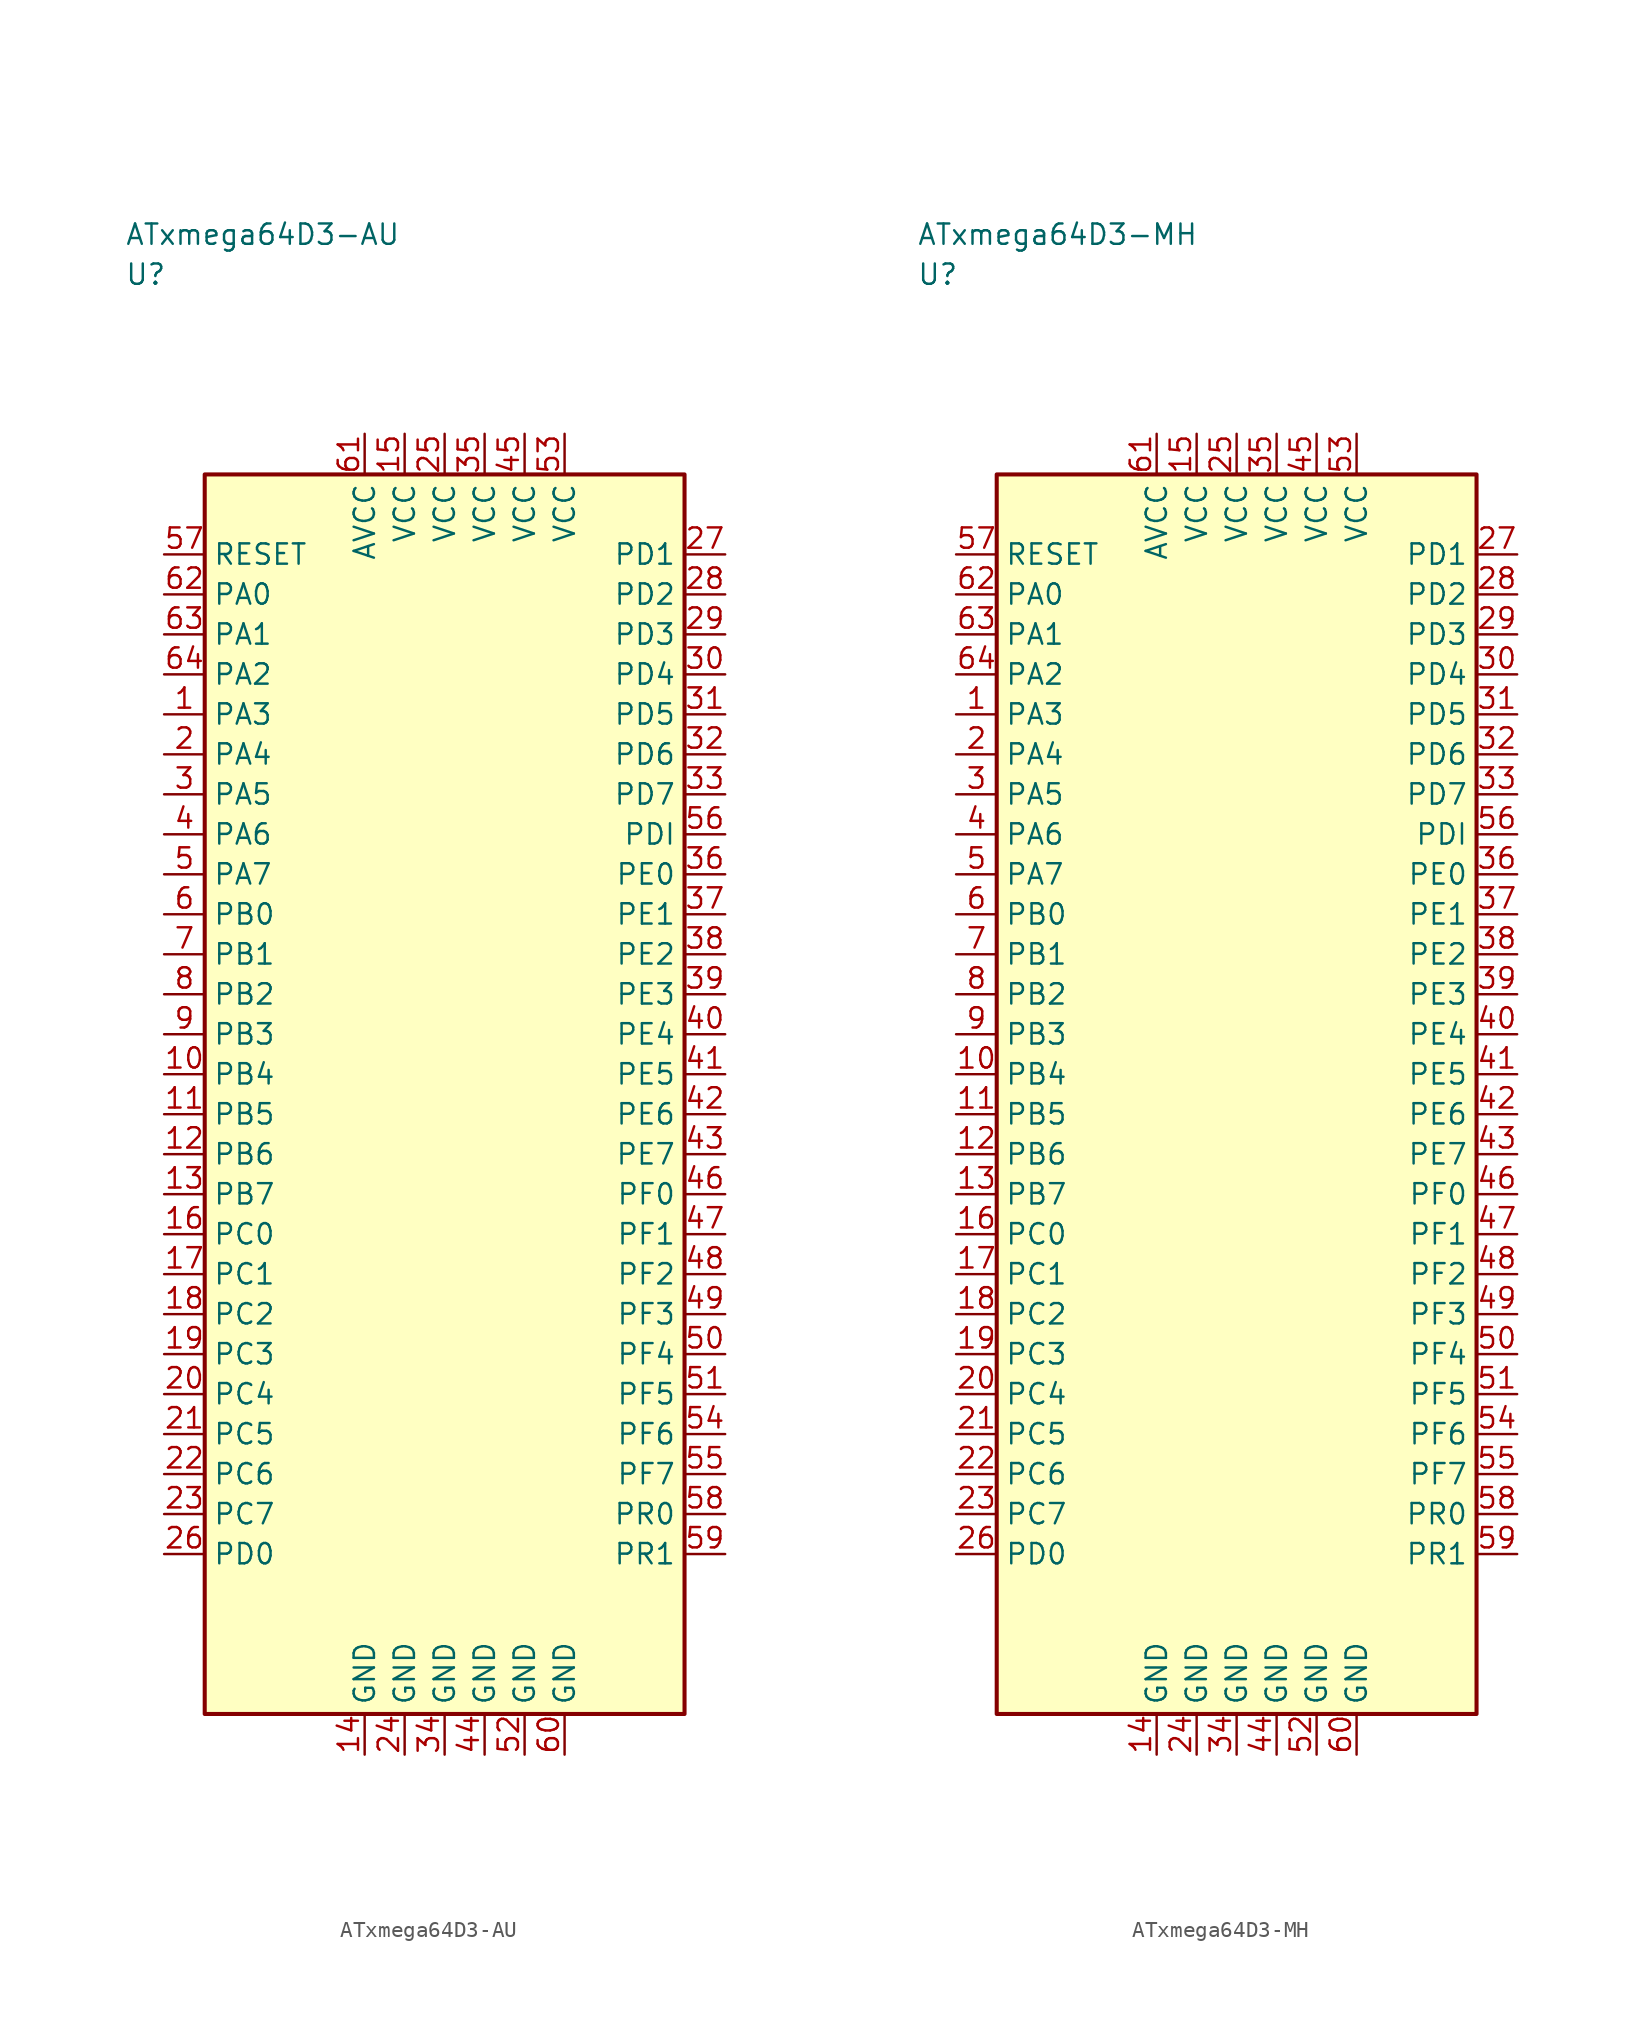
<source format=kicad_sym>
(kicad_symbol_lib
  (version 20241025)
  (generator "kicad_symbol_editor")
  (generator_version "8.0")
  (symbol "ATxmega64D3-AU"
    (property "Reference" "U"
      (at -20.0 51.25 0)
      (effects (font (size 1.27 1.27)) (justify left)))
    (property "Value" "ATxmega64D3-AU"
      (at -20.0 53.75 0)
      (effects (font (size 1.27 1.27)) (justify left)))
    (symbol "ATxmega64D3-AU_0_1"
      (rectangle (start -15.0 38.75) (end 15.0 -38.75) (stroke (width 0.254) (type default)) (fill (type background))))
    (symbol "ATxmega64D3-AU_1_1"
      (pin bidirectional line (at -17.54 23.75 0.0) (length 2.54) (name "PA3" (effects (font (size 1.27 1.27)))) (number "1" (effects (font (size 1.27 1.27)))))
      (pin bidirectional line (at -17.54 21.25 0.0) (length 2.54) (name "PA4" (effects (font (size 1.27 1.27)))) (number "2" (effects (font (size 1.27 1.27)))))
      (pin bidirectional line (at -17.54 18.75 0.0) (length 2.54) (name "PA5" (effects (font (size 1.27 1.27)))) (number "3" (effects (font (size 1.27 1.27)))))
      (pin bidirectional line (at -17.54 16.25 0.0) (length 2.54) (name "PA6" (effects (font (size 1.27 1.27)))) (number "4" (effects (font (size 1.27 1.27)))))
      (pin bidirectional line (at -17.54 13.75 0.0) (length 2.54) (name "PA7" (effects (font (size 1.27 1.27)))) (number "5" (effects (font (size 1.27 1.27)))))
      (pin bidirectional line (at -17.54 11.25 0.0) (length 2.54) (name "PB0" (effects (font (size 1.27 1.27)))) (number "6" (effects (font (size 1.27 1.27)))))
      (pin bidirectional line (at -17.54 8.75 0.0) (length 2.54) (name "PB1" (effects (font (size 1.27 1.27)))) (number "7" (effects (font (size 1.27 1.27)))))
      (pin bidirectional line (at -17.54 6.25 0.0) (length 2.54) (name "PB2" (effects (font (size 1.27 1.27)))) (number "8" (effects (font (size 1.27 1.27)))))
      (pin bidirectional line (at -17.54 3.75 0.0) (length 2.54) (name "PB3" (effects (font (size 1.27 1.27)))) (number "9" (effects (font (size 1.27 1.27)))))
      (pin bidirectional line (at -17.54 1.25 0.0) (length 2.54) (name "PB4" (effects (font (size 1.27 1.27)))) (number "10" (effects (font (size 1.27 1.27)))))
      (pin bidirectional line (at -17.54 -1.25 0.0) (length 2.54) (name "PB5" (effects (font (size 1.27 1.27)))) (number "11" (effects (font (size 1.27 1.27)))))
      (pin bidirectional line (at -17.54 -3.75 0.0) (length 2.54) (name "PB6" (effects (font (size 1.27 1.27)))) (number "12" (effects (font (size 1.27 1.27)))))
      (pin bidirectional line (at -17.54 -6.25 0.0) (length 2.54) (name "PB7" (effects (font (size 1.27 1.27)))) (number "13" (effects (font (size 1.27 1.27)))))
      (pin passive line (at -5.0 -41.29 90.0) (length 2.54) (name "GND" (effects (font (size 1.27 1.27)))) (number "14" (effects (font (size 1.27 1.27)))))
      (pin power_in line (at -2.5 41.29 270.0) (length 2.54) (name "VCC" (effects (font (size 1.27 1.27)))) (number "15" (effects (font (size 1.27 1.27)))))
      (pin bidirectional line (at -17.54 -8.75 0.0) (length 2.54) (name "PC0" (effects (font (size 1.27 1.27)))) (number "16" (effects (font (size 1.27 1.27)))))
      (pin bidirectional line (at -17.54 -11.25 0.0) (length 2.54) (name "PC1" (effects (font (size 1.27 1.27)))) (number "17" (effects (font (size 1.27 1.27)))))
      (pin bidirectional line (at -17.54 -13.75 0.0) (length 2.54) (name "PC2" (effects (font (size 1.27 1.27)))) (number "18" (effects (font (size 1.27 1.27)))))
      (pin bidirectional line (at -17.54 -16.25 0.0) (length 2.54) (name "PC3" (effects (font (size 1.27 1.27)))) (number "19" (effects (font (size 1.27 1.27)))))
      (pin bidirectional line (at -17.54 -18.75 0.0) (length 2.54) (name "PC4" (effects (font (size 1.27 1.27)))) (number "20" (effects (font (size 1.27 1.27)))))
      (pin bidirectional line (at -17.54 -21.25 0.0) (length 2.54) (name "PC5" (effects (font (size 1.27 1.27)))) (number "21" (effects (font (size 1.27 1.27)))))
      (pin bidirectional line (at -17.54 -23.75 0.0) (length 2.54) (name "PC6" (effects (font (size 1.27 1.27)))) (number "22" (effects (font (size 1.27 1.27)))))
      (pin bidirectional line (at -17.54 -26.25 0.0) (length 2.54) (name "PC7" (effects (font (size 1.27 1.27)))) (number "23" (effects (font (size 1.27 1.27)))))
      (pin passive line (at -2.5 -41.29 90.0) (length 2.54) (name "GND" (effects (font (size 1.27 1.27)))) (number "24" (effects (font (size 1.27 1.27)))))
      (pin power_in line (at 0.0 41.29 270.0) (length 2.54) (name "VCC" (effects (font (size 1.27 1.27)))) (number "25" (effects (font (size 1.27 1.27)))))
      (pin bidirectional line (at -17.54 -28.75 0.0) (length 2.54) (name "PD0" (effects (font (size 1.27 1.27)))) (number "26" (effects (font (size 1.27 1.27)))))
      (pin bidirectional line (at 17.54 33.75 180.0) (length 2.54) (name "PD1" (effects (font (size 1.27 1.27)))) (number "27" (effects (font (size 1.27 1.27)))))
      (pin bidirectional line (at 17.54 31.25 180.0) (length 2.54) (name "PD2" (effects (font (size 1.27 1.27)))) (number "28" (effects (font (size 1.27 1.27)))))
      (pin bidirectional line (at 17.54 28.75 180.0) (length 2.54) (name "PD3" (effects (font (size 1.27 1.27)))) (number "29" (effects (font (size 1.27 1.27)))))
      (pin bidirectional line (at 17.54 26.25 180.0) (length 2.54) (name "PD4" (effects (font (size 1.27 1.27)))) (number "30" (effects (font (size 1.27 1.27)))))
      (pin bidirectional line (at 17.54 23.75 180.0) (length 2.54) (name "PD5" (effects (font (size 1.27 1.27)))) (number "31" (effects (font (size 1.27 1.27)))))
      (pin bidirectional line (at 17.54 21.25 180.0) (length 2.54) (name "PD6" (effects (font (size 1.27 1.27)))) (number "32" (effects (font (size 1.27 1.27)))))
      (pin bidirectional line (at 17.54 18.75 180.0) (length 2.54) (name "PD7" (effects (font (size 1.27 1.27)))) (number "33" (effects (font (size 1.27 1.27)))))
      (pin passive line (at 0.0 -41.29 90.0) (length 2.54) (name "GND" (effects (font (size 1.27 1.27)))) (number "34" (effects (font (size 1.27 1.27)))))
      (pin power_in line (at 2.5 41.29 270.0) (length 2.54) (name "VCC" (effects (font (size 1.27 1.27)))) (number "35" (effects (font (size 1.27 1.27)))))
      (pin bidirectional line (at 17.54 13.75 180.0) (length 2.54) (name "PE0" (effects (font (size 1.27 1.27)))) (number "36" (effects (font (size 1.27 1.27)))))
      (pin bidirectional line (at 17.54 11.25 180.0) (length 2.54) (name "PE1" (effects (font (size 1.27 1.27)))) (number "37" (effects (font (size 1.27 1.27)))))
      (pin bidirectional line (at 17.54 8.75 180.0) (length 2.54) (name "PE2" (effects (font (size 1.27 1.27)))) (number "38" (effects (font (size 1.27 1.27)))))
      (pin bidirectional line (at 17.54 6.25 180.0) (length 2.54) (name "PE3" (effects (font (size 1.27 1.27)))) (number "39" (effects (font (size 1.27 1.27)))))
      (pin bidirectional line (at 17.54 3.75 180.0) (length 2.54) (name "PE4" (effects (font (size 1.27 1.27)))) (number "40" (effects (font (size 1.27 1.27)))))
      (pin bidirectional line (at 17.54 1.25 180.0) (length 2.54) (name "PE5" (effects (font (size 1.27 1.27)))) (number "41" (effects (font (size 1.27 1.27)))))
      (pin bidirectional line (at 17.54 -1.25 180.0) (length 2.54) (name "PE6" (effects (font (size 1.27 1.27)))) (number "42" (effects (font (size 1.27 1.27)))))
      (pin bidirectional line (at 17.54 -3.75 180.0) (length 2.54) (name "PE7" (effects (font (size 1.27 1.27)))) (number "43" (effects (font (size 1.27 1.27)))))
      (pin passive line (at 2.5 -41.29 90.0) (length 2.54) (name "GND" (effects (font (size 1.27 1.27)))) (number "44" (effects (font (size 1.27 1.27)))))
      (pin power_in line (at 5.0 41.29 270.0) (length 2.54) (name "VCC" (effects (font (size 1.27 1.27)))) (number "45" (effects (font (size 1.27 1.27)))))
      (pin bidirectional line (at 17.54 -6.25 180.0) (length 2.54) (name "PF0" (effects (font (size 1.27 1.27)))) (number "46" (effects (font (size 1.27 1.27)))))
      (pin bidirectional line (at 17.54 -8.75 180.0) (length 2.54) (name "PF1" (effects (font (size 1.27 1.27)))) (number "47" (effects (font (size 1.27 1.27)))))
      (pin bidirectional line (at 17.54 -11.25 180.0) (length 2.54) (name "PF2" (effects (font (size 1.27 1.27)))) (number "48" (effects (font (size 1.27 1.27)))))
      (pin bidirectional line (at 17.54 -13.75 180.0) (length 2.54) (name "PF3" (effects (font (size 1.27 1.27)))) (number "49" (effects (font (size 1.27 1.27)))))
      (pin bidirectional line (at 17.54 -16.25 180.0) (length 2.54) (name "PF4" (effects (font (size 1.27 1.27)))) (number "50" (effects (font (size 1.27 1.27)))))
      (pin bidirectional line (at 17.54 -18.75 180.0) (length 2.54) (name "PF5" (effects (font (size 1.27 1.27)))) (number "51" (effects (font (size 1.27 1.27)))))
      (pin passive line (at 5.0 -41.29 90.0) (length 2.54) (name "GND" (effects (font (size 1.27 1.27)))) (number "52" (effects (font (size 1.27 1.27)))))
      (pin power_in line (at 7.5 41.29 270.0) (length 2.54) (name "VCC" (effects (font (size 1.27 1.27)))) (number "53" (effects (font (size 1.27 1.27)))))
      (pin bidirectional line (at 17.54 -21.25 180.0) (length 2.54) (name "PF6" (effects (font (size 1.27 1.27)))) (number "54" (effects (font (size 1.27 1.27)))))
      (pin bidirectional line (at 17.54 -23.75 180.0) (length 2.54) (name "PF7" (effects (font (size 1.27 1.27)))) (number "55" (effects (font (size 1.27 1.27)))))
      (pin bidirectional line (at 17.54 16.25 180.0) (length 2.54) (name "PDI" (effects (font (size 1.27 1.27)))) (number "56" (effects (font (size 1.27 1.27)))))
      (pin input line (at -17.54 33.75 0.0) (length 2.54) (name "RESET" (effects (font (size 1.27 1.27)))) (number "57" (effects (font (size 1.27 1.27)))))
      (pin bidirectional line (at 17.54 -26.25 180.0) (length 2.54) (name "PR0" (effects (font (size 1.27 1.27)))) (number "58" (effects (font (size 1.27 1.27)))))
      (pin bidirectional line (at 17.54 -28.75 180.0) (length 2.54) (name "PR1" (effects (font (size 1.27 1.27)))) (number "59" (effects (font (size 1.27 1.27)))))
      (pin passive line (at 7.5 -41.29 90.0) (length 2.54) (name "GND" (effects (font (size 1.27 1.27)))) (number "60" (effects (font (size 1.27 1.27)))))
      (pin power_in line (at -5.0 41.29 270.0) (length 2.54) (name "AVCC" (effects (font (size 1.27 1.27)))) (number "61" (effects (font (size 1.27 1.27)))))
      (pin bidirectional line (at -17.54 31.25 0.0) (length 2.54) (name "PA0" (effects (font (size 1.27 1.27)))) (number "62" (effects (font (size 1.27 1.27)))))
      (pin bidirectional line (at -17.54 28.75 0.0) (length 2.54) (name "PA1" (effects (font (size 1.27 1.27)))) (number "63" (effects (font (size 1.27 1.27)))))
      (pin bidirectional line (at -17.54 26.25 0.0) (length 2.54) (name "PA2" (effects (font (size 1.27 1.27)))) (number "64" (effects (font (size 1.27 1.27)))))))
  (symbol "ATxmega64D3-MH"
    (property "Reference" "U"
      (at -20.0 51.25 0)
      (effects (font (size 1.27 1.27)) (justify left)))
    (property "Value" "ATxmega64D3-MH"
      (at -20.0 53.75 0)
      (effects (font (size 1.27 1.27)) (justify left)))
    (symbol "ATxmega64D3-MH_0_1"
      (rectangle (start -15.0 38.75) (end 15.0 -38.75) (stroke (width 0.254) (type default)) (fill (type background))))
    (symbol "ATxmega64D3-MH_1_1"
      (pin bidirectional line (at -17.54 23.75 0.0) (length 2.54) (name "PA3" (effects (font (size 1.27 1.27)))) (number "1" (effects (font (size 1.27 1.27)))))
      (pin bidirectional line (at -17.54 21.25 0.0) (length 2.54) (name "PA4" (effects (font (size 1.27 1.27)))) (number "2" (effects (font (size 1.27 1.27)))))
      (pin bidirectional line (at -17.54 18.75 0.0) (length 2.54) (name "PA5" (effects (font (size 1.27 1.27)))) (number "3" (effects (font (size 1.27 1.27)))))
      (pin bidirectional line (at -17.54 16.25 0.0) (length 2.54) (name "PA6" (effects (font (size 1.27 1.27)))) (number "4" (effects (font (size 1.27 1.27)))))
      (pin bidirectional line (at -17.54 13.75 0.0) (length 2.54) (name "PA7" (effects (font (size 1.27 1.27)))) (number "5" (effects (font (size 1.27 1.27)))))
      (pin bidirectional line (at -17.54 11.25 0.0) (length 2.54) (name "PB0" (effects (font (size 1.27 1.27)))) (number "6" (effects (font (size 1.27 1.27)))))
      (pin bidirectional line (at -17.54 8.75 0.0) (length 2.54) (name "PB1" (effects (font (size 1.27 1.27)))) (number "7" (effects (font (size 1.27 1.27)))))
      (pin bidirectional line (at -17.54 6.25 0.0) (length 2.54) (name "PB2" (effects (font (size 1.27 1.27)))) (number "8" (effects (font (size 1.27 1.27)))))
      (pin bidirectional line (at -17.54 3.75 0.0) (length 2.54) (name "PB3" (effects (font (size 1.27 1.27)))) (number "9" (effects (font (size 1.27 1.27)))))
      (pin bidirectional line (at -17.54 1.25 0.0) (length 2.54) (name "PB4" (effects (font (size 1.27 1.27)))) (number "10" (effects (font (size 1.27 1.27)))))
      (pin bidirectional line (at -17.54 -1.25 0.0) (length 2.54) (name "PB5" (effects (font (size 1.27 1.27)))) (number "11" (effects (font (size 1.27 1.27)))))
      (pin bidirectional line (at -17.54 -3.75 0.0) (length 2.54) (name "PB6" (effects (font (size 1.27 1.27)))) (number "12" (effects (font (size 1.27 1.27)))))
      (pin bidirectional line (at -17.54 -6.25 0.0) (length 2.54) (name "PB7" (effects (font (size 1.27 1.27)))) (number "13" (effects (font (size 1.27 1.27)))))
      (pin passive line (at -5.0 -41.29 90.0) (length 2.54) (name "GND" (effects (font (size 1.27 1.27)))) (number "14" (effects (font (size 1.27 1.27)))))
      (pin power_in line (at -2.5 41.29 270.0) (length 2.54) (name "VCC" (effects (font (size 1.27 1.27)))) (number "15" (effects (font (size 1.27 1.27)))))
      (pin bidirectional line (at -17.54 -8.75 0.0) (length 2.54) (name "PC0" (effects (font (size 1.27 1.27)))) (number "16" (effects (font (size 1.27 1.27)))))
      (pin bidirectional line (at -17.54 -11.25 0.0) (length 2.54) (name "PC1" (effects (font (size 1.27 1.27)))) (number "17" (effects (font (size 1.27 1.27)))))
      (pin bidirectional line (at -17.54 -13.75 0.0) (length 2.54) (name "PC2" (effects (font (size 1.27 1.27)))) (number "18" (effects (font (size 1.27 1.27)))))
      (pin bidirectional line (at -17.54 -16.25 0.0) (length 2.54) (name "PC3" (effects (font (size 1.27 1.27)))) (number "19" (effects (font (size 1.27 1.27)))))
      (pin bidirectional line (at -17.54 -18.75 0.0) (length 2.54) (name "PC4" (effects (font (size 1.27 1.27)))) (number "20" (effects (font (size 1.27 1.27)))))
      (pin bidirectional line (at -17.54 -21.25 0.0) (length 2.54) (name "PC5" (effects (font (size 1.27 1.27)))) (number "21" (effects (font (size 1.27 1.27)))))
      (pin bidirectional line (at -17.54 -23.75 0.0) (length 2.54) (name "PC6" (effects (font (size 1.27 1.27)))) (number "22" (effects (font (size 1.27 1.27)))))
      (pin bidirectional line (at -17.54 -26.25 0.0) (length 2.54) (name "PC7" (effects (font (size 1.27 1.27)))) (number "23" (effects (font (size 1.27 1.27)))))
      (pin passive line (at -2.5 -41.29 90.0) (length 2.54) (name "GND" (effects (font (size 1.27 1.27)))) (number "24" (effects (font (size 1.27 1.27)))))
      (pin power_in line (at 0.0 41.29 270.0) (length 2.54) (name "VCC" (effects (font (size 1.27 1.27)))) (number "25" (effects (font (size 1.27 1.27)))))
      (pin bidirectional line (at -17.54 -28.75 0.0) (length 2.54) (name "PD0" (effects (font (size 1.27 1.27)))) (number "26" (effects (font (size 1.27 1.27)))))
      (pin bidirectional line (at 17.54 33.75 180.0) (length 2.54) (name "PD1" (effects (font (size 1.27 1.27)))) (number "27" (effects (font (size 1.27 1.27)))))
      (pin bidirectional line (at 17.54 31.25 180.0) (length 2.54) (name "PD2" (effects (font (size 1.27 1.27)))) (number "28" (effects (font (size 1.27 1.27)))))
      (pin bidirectional line (at 17.54 28.75 180.0) (length 2.54) (name "PD3" (effects (font (size 1.27 1.27)))) (number "29" (effects (font (size 1.27 1.27)))))
      (pin bidirectional line (at 17.54 26.25 180.0) (length 2.54) (name "PD4" (effects (font (size 1.27 1.27)))) (number "30" (effects (font (size 1.27 1.27)))))
      (pin bidirectional line (at 17.54 23.75 180.0) (length 2.54) (name "PD5" (effects (font (size 1.27 1.27)))) (number "31" (effects (font (size 1.27 1.27)))))
      (pin bidirectional line (at 17.54 21.25 180.0) (length 2.54) (name "PD6" (effects (font (size 1.27 1.27)))) (number "32" (effects (font (size 1.27 1.27)))))
      (pin bidirectional line (at 17.54 18.75 180.0) (length 2.54) (name "PD7" (effects (font (size 1.27 1.27)))) (number "33" (effects (font (size 1.27 1.27)))))
      (pin passive line (at 0.0 -41.29 90.0) (length 2.54) (name "GND" (effects (font (size 1.27 1.27)))) (number "34" (effects (font (size 1.27 1.27)))))
      (pin power_in line (at 2.5 41.29 270.0) (length 2.54) (name "VCC" (effects (font (size 1.27 1.27)))) (number "35" (effects (font (size 1.27 1.27)))))
      (pin bidirectional line (at 17.54 13.75 180.0) (length 2.54) (name "PE0" (effects (font (size 1.27 1.27)))) (number "36" (effects (font (size 1.27 1.27)))))
      (pin bidirectional line (at 17.54 11.25 180.0) (length 2.54) (name "PE1" (effects (font (size 1.27 1.27)))) (number "37" (effects (font (size 1.27 1.27)))))
      (pin bidirectional line (at 17.54 8.75 180.0) (length 2.54) (name "PE2" (effects (font (size 1.27 1.27)))) (number "38" (effects (font (size 1.27 1.27)))))
      (pin bidirectional line (at 17.54 6.25 180.0) (length 2.54) (name "PE3" (effects (font (size 1.27 1.27)))) (number "39" (effects (font (size 1.27 1.27)))))
      (pin bidirectional line (at 17.54 3.75 180.0) (length 2.54) (name "PE4" (effects (font (size 1.27 1.27)))) (number "40" (effects (font (size 1.27 1.27)))))
      (pin bidirectional line (at 17.54 1.25 180.0) (length 2.54) (name "PE5" (effects (font (size 1.27 1.27)))) (number "41" (effects (font (size 1.27 1.27)))))
      (pin bidirectional line (at 17.54 -1.25 180.0) (length 2.54) (name "PE6" (effects (font (size 1.27 1.27)))) (number "42" (effects (font (size 1.27 1.27)))))
      (pin bidirectional line (at 17.54 -3.75 180.0) (length 2.54) (name "PE7" (effects (font (size 1.27 1.27)))) (number "43" (effects (font (size 1.27 1.27)))))
      (pin passive line (at 2.5 -41.29 90.0) (length 2.54) (name "GND" (effects (font (size 1.27 1.27)))) (number "44" (effects (font (size 1.27 1.27)))))
      (pin power_in line (at 5.0 41.29 270.0) (length 2.54) (name "VCC" (effects (font (size 1.27 1.27)))) (number "45" (effects (font (size 1.27 1.27)))))
      (pin bidirectional line (at 17.54 -6.25 180.0) (length 2.54) (name "PF0" (effects (font (size 1.27 1.27)))) (number "46" (effects (font (size 1.27 1.27)))))
      (pin bidirectional line (at 17.54 -8.75 180.0) (length 2.54) (name "PF1" (effects (font (size 1.27 1.27)))) (number "47" (effects (font (size 1.27 1.27)))))
      (pin bidirectional line (at 17.54 -11.25 180.0) (length 2.54) (name "PF2" (effects (font (size 1.27 1.27)))) (number "48" (effects (font (size 1.27 1.27)))))
      (pin bidirectional line (at 17.54 -13.75 180.0) (length 2.54) (name "PF3" (effects (font (size 1.27 1.27)))) (number "49" (effects (font (size 1.27 1.27)))))
      (pin bidirectional line (at 17.54 -16.25 180.0) (length 2.54) (name "PF4" (effects (font (size 1.27 1.27)))) (number "50" (effects (font (size 1.27 1.27)))))
      (pin bidirectional line (at 17.54 -18.75 180.0) (length 2.54) (name "PF5" (effects (font (size 1.27 1.27)))) (number "51" (effects (font (size 1.27 1.27)))))
      (pin passive line (at 5.0 -41.29 90.0) (length 2.54) (name "GND" (effects (font (size 1.27 1.27)))) (number "52" (effects (font (size 1.27 1.27)))))
      (pin power_in line (at 7.5 41.29 270.0) (length 2.54) (name "VCC" (effects (font (size 1.27 1.27)))) (number "53" (effects (font (size 1.27 1.27)))))
      (pin bidirectional line (at 17.54 -21.25 180.0) (length 2.54) (name "PF6" (effects (font (size 1.27 1.27)))) (number "54" (effects (font (size 1.27 1.27)))))
      (pin bidirectional line (at 17.54 -23.75 180.0) (length 2.54) (name "PF7" (effects (font (size 1.27 1.27)))) (number "55" (effects (font (size 1.27 1.27)))))
      (pin bidirectional line (at 17.54 16.25 180.0) (length 2.54) (name "PDI" (effects (font (size 1.27 1.27)))) (number "56" (effects (font (size 1.27 1.27)))))
      (pin input line (at -17.54 33.75 0.0) (length 2.54) (name "RESET" (effects (font (size 1.27 1.27)))) (number "57" (effects (font (size 1.27 1.27)))))
      (pin bidirectional line (at 17.54 -26.25 180.0) (length 2.54) (name "PR0" (effects (font (size 1.27 1.27)))) (number "58" (effects (font (size 1.27 1.27)))))
      (pin bidirectional line (at 17.54 -28.75 180.0) (length 2.54) (name "PR1" (effects (font (size 1.27 1.27)))) (number "59" (effects (font (size 1.27 1.27)))))
      (pin passive line (at 7.5 -41.29 90.0) (length 2.54) (name "GND" (effects (font (size 1.27 1.27)))) (number "60" (effects (font (size 1.27 1.27)))))
      (pin power_in line (at -5.0 41.29 270.0) (length 2.54) (name "AVCC" (effects (font (size 1.27 1.27)))) (number "61" (effects (font (size 1.27 1.27)))))
      (pin bidirectional line (at -17.54 31.25 0.0) (length 2.54) (name "PA0" (effects (font (size 1.27 1.27)))) (number "62" (effects (font (size 1.27 1.27)))))
      (pin bidirectional line (at -17.54 28.75 0.0) (length 2.54) (name "PA1" (effects (font (size 1.27 1.27)))) (number "63" (effects (font (size 1.27 1.27)))))
      (pin bidirectional line (at -17.54 26.25 0.0) (length 2.54) (name "PA2" (effects (font (size 1.27 1.27)))) (number "64" (effects (font (size 1.27 1.27))))))))
</source>
